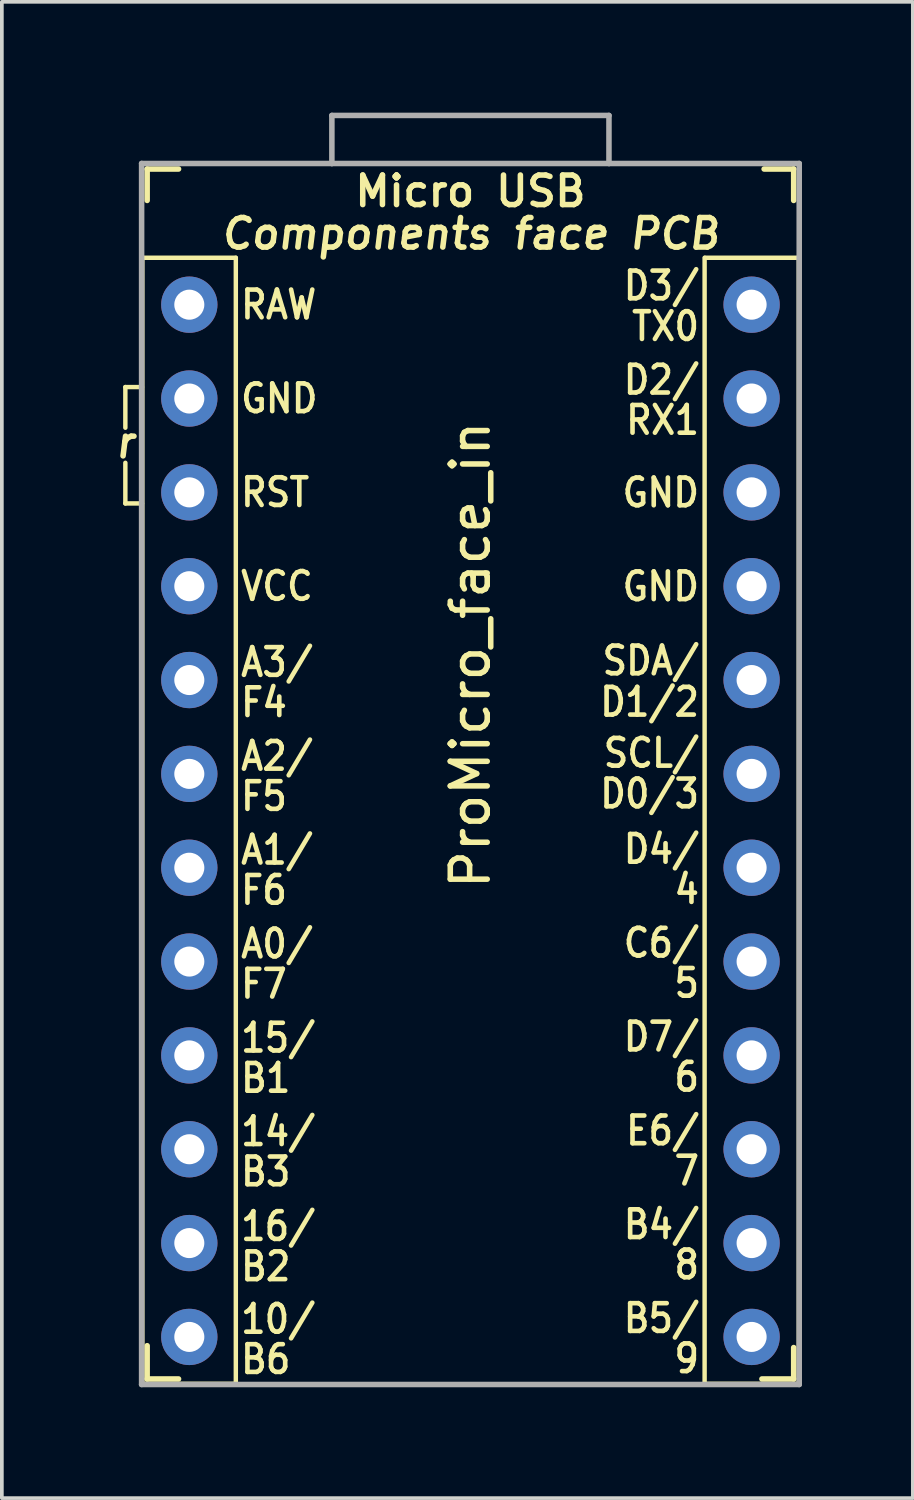
<source format=kicad_pcb>
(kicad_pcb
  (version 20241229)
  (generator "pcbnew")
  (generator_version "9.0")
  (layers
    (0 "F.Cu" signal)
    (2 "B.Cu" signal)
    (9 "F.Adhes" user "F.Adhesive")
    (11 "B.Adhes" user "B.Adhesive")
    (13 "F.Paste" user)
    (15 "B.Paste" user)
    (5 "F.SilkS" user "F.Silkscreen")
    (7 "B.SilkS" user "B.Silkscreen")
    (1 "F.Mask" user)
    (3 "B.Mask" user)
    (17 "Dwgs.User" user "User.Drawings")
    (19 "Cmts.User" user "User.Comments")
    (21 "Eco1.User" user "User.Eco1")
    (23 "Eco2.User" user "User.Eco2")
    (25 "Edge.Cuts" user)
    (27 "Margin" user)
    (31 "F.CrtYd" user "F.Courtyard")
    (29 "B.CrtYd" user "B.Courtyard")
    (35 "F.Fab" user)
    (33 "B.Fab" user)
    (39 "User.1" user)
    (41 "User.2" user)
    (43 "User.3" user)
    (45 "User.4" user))
  (footprint "ProMicro_face_in"
    (layer "F.Cu")
    (at 9.683 19.675)
    (property "Reference" "ProMicro_face_in" (at 0 -5 90) (layer "F.SilkS") (effects (font (size 1 1) (thickness 0.15))))
    (fp_line (start -9.34 -12.248) (end -9.34 -11.148) (stroke (width 0.12) (type solid)) (layer "F.SilkS"))
    (fp_line (start -9.34 -12.248) (end -8.89 -12.248) (stroke (width 0.12) (type solid)) (layer "F.SilkS"))
    (fp_line (start -9.34 -9.098) (end -9.34 -10.198) (stroke (width 0.12) (type solid)) (layer "F.SilkS"))
    (fp_line (start -8.89 -15.748) (end -6.35 -15.748) (stroke (width 0.12) (type solid)) (layer "F.SilkS"))
    (fp_line (start -8.89 -9.098) (end -9.34 -9.098) (stroke (width 0.12) (type solid)) (layer "F.SilkS"))
    (fp_line (start -8.89 14.732) (end -6.35 14.732) (stroke (width 0.12) (type solid)) (layer "F.SilkS"))
    (fp_line (start -8.881 -15.748) (end -8.881 14.732) (stroke (width 0.12) (type solid)) (layer "F.SilkS"))
    (fp_line (start -8.75 -18.15) (end -8.75 -17.3) (stroke (width 0.15) (type solid)) (layer "F.SilkS"))
    (fp_line (start -8.75 -18.15) (end -7.9 -18.15) (stroke (width 0.15) (type solid)) (layer "F.SilkS"))
    (fp_line (start -8.75 13.7) (end -8.75 14.6) (stroke (width 0.15) (type solid)) (layer "F.SilkS"))
    (fp_line (start -8.75 14.6) (end -7.9 14.6) (stroke (width 0.15) (type solid)) (layer "F.SilkS"))
    (fp_line (start -6.35 -15.748) (end -6.35 14.732) (stroke (width 0.12) (type solid)) (layer "F.SilkS"))
    (fp_line (start 6.339 -15.748) (end 6.339 14.732) (stroke (width 0.12) (type solid)) (layer "F.SilkS"))
    (fp_line (start 6.35 -15.748) (end 8.89 -15.748) (stroke (width 0.12) (type solid)) (layer "F.SilkS"))
    (fp_line (start 6.35 14.732) (end 8.89 14.732) (stroke (width 0.12) (type solid)) (layer "F.SilkS"))
    (fp_line (start 8.75 -18.15) (end 7.95 -18.15) (stroke (width 0.15) (type solid)) (layer "F.SilkS"))
    (fp_line (start 8.75 -18.15) (end 8.75 -17.3) (stroke (width 0.15) (type solid)) (layer "F.SilkS"))
    (fp_line (start 8.75 13.75) (end 8.75 14.6) (stroke (width 0.15) (type solid)) (layer "F.SilkS"))
    (fp_line (start 8.75 14.6) (end 7.89 14.6) (stroke (width 0.15) (type solid)) (layer "F.SilkS"))
    (fp_line (start 8.89 -15.748) (end 8.89 14.732) (stroke (width 0.12) (type solid)) (layer "F.SilkS"))
    (fp_line (start -8.9 -18.3) (end -3.75 -18.3) (stroke (width 0.15) (type solid)) (layer "F.Fab"))
    (fp_line (start -8.9 14.75) (end -8.9 -18.3) (stroke (width 0.15) (type solid)) (layer "F.Fab"))
    (fp_line (start -3.75 -19.6) (end -3.75 -18.299) (stroke (width 0.15) (type solid)) (layer "F.Fab"))
    (fp_line (start -3.75 -19.6) (end 3.75 -19.6) (stroke (width 0.15) (type solid)) (layer "F.Fab"))
    (fp_line (start -3.75 -18.3) (end 3.75 -18.3) (stroke (width 0.15) (type solid)) (layer "F.Fab"))
    (fp_line (start 3.75 -19.6) (end 3.75 -18.3) (stroke (width 0.15) (type solid)) (layer "F.Fab"))
    (fp_line (start 3.76 -18.3) (end 8.9 -18.3) (stroke (width 0.15) (type solid)) (layer "F.Fab"))
    (fp_line (start 8.9 -18.3) (end 8.9 14.75) (stroke (width 0.15) (type solid)) (layer "F.Fab"))
    (fp_line (start 8.9 14.75) (end -8.9 14.75) (stroke (width 0.15) (type solid)) (layer "F.Fab"))
    (fp_text user "B1" (at -4.804 6.456 0) (unlocked yes) (layer "F.SilkS") (effects (font (size 0.75 0.67) (thickness 0.125)) (justify right)))
    (fp_text user "15/" (at -4.134 5.368 0) (unlocked yes) (layer "F.SilkS") (effects (font (size 0.75 0.67) (thickness 0.125)) (justify right)))
    (fp_text user "A2/" (at -4.198 -2.26 0) (unlocked yes) (layer "F.SilkS") (effects (font (size 0.75 0.67) (thickness 0.125)) (justify right)))
    (fp_text user "C6/" (at 4.082 2.798 0) (unlocked yes) (layer "F.SilkS") (effects (font (size 0.75 0.67) (thickness 0.125)) (justify left)))
    (fp_text user "B3" (at -4.804 8.988 0) (unlocked yes) (layer "F.SilkS") (effects (font (size 0.75 0.67) (thickness 0.125)) (justify right)))
    (fp_text user "TX0" (at 4.305 -13.892 0) (unlocked yes) (layer "F.SilkS") (effects (font (size 0.75 0.67) (thickness 0.125)) (justify left)))
    (fp_text user "B6" (at -4.804 14.068 0) (unlocked yes) (layer "F.SilkS") (effects (font (size 0.75 0.67) (thickness 0.125)) (justify right)))
    (fp_text user "D7/" (at 4.082 5.338 0) (unlocked yes) (layer "F.SilkS") (effects (font (size 0.75 0.67) (thickness 0.125)) (justify left)))
    (fp_text user "SDA/" (at 3.508 -4.842 0) (unlocked yes) (layer "F.SilkS") (effects (font (size 0.75 0.67) (thickness 0.125)) (justify left)))
    (fp_text user "F6" (at -4.9 1.368 0) (unlocked yes) (layer "F.SilkS") (effects (font (size 0.75 0.67) (thickness 0.125)) (justify right)))
    (fp_text user "F5" (at -4.9 -1.172 0) (unlocked yes) (layer "F.SilkS") (effects (font (size 0.75 0.67) (thickness 0.125)) (justify right)))
    (fp_text user "RX1" (at 4.146 -11.354 0) (unlocked yes) (layer "F.SilkS") (effects (font (size 0.75 0.67) (thickness 0.125)) (justify left)))
    (fp_text user "D1/2" (at 3.444 -3.724 0) (unlocked yes) (layer "F.SilkS") (effects (font (size 0.75 0.67) (thickness 0.125)) (justify left)))
    (fp_text user "A0/" (at -4.198 2.82 0) (unlocked yes) (layer "F.SilkS") (effects (font (size 0.75 0.67) (thickness 0.125)) (justify right)))
    (fp_text user "16/" (at -4.134 10.468 0) (unlocked yes) (layer "F.SilkS") (effects (font (size 0.75 0.67) (thickness 0.125)) (justify right)))
    (fp_text user "r" (at -9.34 -10.748 0) (unlocked yes) (layer "F.SilkS") (effects (font (size 0.8 0.8) (thickness 0.15) (italic yes))))
    (fp_text user "GND" (at 4.05 -6.85 0) (unlocked yes) (layer "F.SilkS") (effects (font (size 0.75 0.67) (thickness 0.125)) (justify left)))
    (fp_text user "B5/" (at 4.082 12.958 0) (unlocked yes) (layer "F.SilkS") (effects (font (size 0.75 0.67) (thickness 0.125)) (justify left)))
    (fp_text user "B4/" (at 4.082 10.418 0) (unlocked yes) (layer "F.SilkS") (effects (font (size 0.75 0.67) (thickness 0.125)) (justify left)))
    (fp_text user "A3/" (at -4.198 -4.8 0) (unlocked yes) (layer "F.SilkS") (effects (font (size 0.75 0.67) (thickness 0.125)) (justify right)))
    (fp_text user "GND" (at -4.07 -11.938 0) (unlocked yes) (layer "F.SilkS") (effects (font (size 0.75 0.67) (thickness 0.125)) (justify right)))
    (fp_text user "F7" (at -4.9 3.908 0) (unlocked yes) (layer "F.SilkS") (effects (font (size 0.75 0.67) (thickness 0.125)) (justify right)))
    (fp_text user "6" (at 5.454 6.426 0) (unlocked yes) (layer "F.SilkS") (effects (font (size 0.75 0.67) (thickness 0.125)) (justify left)))
    (fp_text user "D4/" (at 4.082 0.258 0) (unlocked yes) (layer "F.SilkS") (effects (font (size 0.75 0.67) (thickness 0.125)) (justify left)))
    (fp_text user "Micro USB" (at 0 -17.55 0) (unlocked yes) (layer "F.SilkS") (effects (font (size 0.8 0.8) (thickness 0.15))))
    (fp_text user "8" (at 5.454 11.506 0) (unlocked yes) (layer "F.SilkS") (effects (font (size 0.75 0.67) (thickness 0.125)) (justify left)))
    (fp_text user "SCL/" (at 3.54 -2.342 0) (unlocked yes) (layer "F.SilkS") (effects (font (size 0.75 0.67) (thickness 0.125)) (justify left)))
    (fp_text user "5" (at 5.454 3.886 0) (unlocked yes) (layer "F.SilkS") (effects (font (size 0.75 0.67) (thickness 0.125)) (justify left)))
    (fp_text user "D0/3" (at 3.444 -1.242 0) (unlocked yes) (layer "F.SilkS") (effects (font (size 0.75 0.67) (thickness 0.125)) (justify left)))
    (fp_text user "4" (at 5.454 1.346 0) (unlocked yes) (layer "F.SilkS") (effects (font (size 0.75 0.67) (thickness 0.125)) (justify left)))
    (fp_text user "D2/" (at 4.082 -12.442 0) (unlocked yes) (layer "F.SilkS") (effects (font (size 0.75 0.67) (thickness 0.125)) (justify left)))
    (fp_text user "F4" (at -4.9 -3.712 0) (unlocked yes) (layer "F.SilkS") (effects (font (size 0.75 0.67) (thickness 0.125)) (justify right)))
    (fp_text user "VCC" (at -4.198 -6.858 0) (unlocked yes) (layer "F.SilkS") (effects (font (size 0.75 0.67) (thickness 0.125)) (justify right)))
    (fp_text user "B2" (at -4.804 11.556 0) (unlocked yes) (layer "F.SilkS") (effects (font (size 0.75 0.67) (thickness 0.125)) (justify right)))
    (fp_text user "D3/" (at 4.082 -14.992 0) (unlocked yes) (layer "F.SilkS") (effects (font (size 0.75 0.67) (thickness 0.125)) (justify left)))
    (fp_text user "10/" (at -4.134 12.98 0) (unlocked yes) (layer "F.SilkS") (effects (font (size 0.75 0.67) (thickness 0.125)) (justify right)))
    (fp_text user "9" (at 5.454 14.046 0) (unlocked yes) (layer "F.SilkS") (effects (font (size 0.75 0.67) (thickness 0.125)) (justify left)))
    (fp_text user "14/" (at -4.134 7.9 0) (unlocked yes) (layer "F.SilkS") (effects (font (size 0.75 0.67) (thickness 0.125)) (justify right)))
    (fp_text user "GND" (at 4.05 -9.39 0) (unlocked yes) (layer "F.SilkS") (effects (font (size 0.75 0.67) (thickness 0.125)) (justify left)))
    (fp_text user "Components face PCB" (at 0 -16.4 0) (unlocked yes) (layer "F.SilkS") (effects (font (size 0.8 0.8) (thickness 0.15) (italic yes))))
    (fp_text user "7" (at 5.454 8.966 0) (unlocked yes) (layer "F.SilkS") (effects (font (size 0.75 0.67) (thickness 0.125)) (justify left)))
    (fp_text user "A1/" (at -4.198 0.28 0) (unlocked yes) (layer "F.SilkS") (effects (font (size 0.75 0.67) (thickness 0.125)) (justify right)))
    (fp_text user "E6/" (at 4.146 7.878 0) (unlocked yes) (layer "F.SilkS") (effects (font (size 0.75 0.67) (thickness 0.125)) (justify left)))
    (fp_text user "RAW" (at -4.102 -14.478 0) (unlocked yes) (layer "F.SilkS") (effects (font (size 0.75 0.67) (thickness 0.125)) (justify right)))
    (fp_text user "RST" (at -4.294 -9.398 0) (unlocked yes) (layer "F.SilkS") (effects (font (size 0.75 0.67) (thickness 0.125)) (justify right)))
    (pad "1" thru_hole circle (at 7.611 -14.478) (size 1.524 1.524) (drill 0.813) (layers "*.Cu" "*.Mask"))
    (pad "2" thru_hole circle (at 7.611 -11.938) (size 1.524 1.524) (drill 0.813) (layers "*.Cu" "*.Mask"))
    (pad "3" thru_hole circle (at 7.611 -9.398) (size 1.524 1.524) (drill 0.813) (layers "*.Cu" "*.Mask"))
    (pad "4" thru_hole circle (at 7.611 -6.858) (size 1.524 1.524) (drill 0.813) (layers "*.Cu" "*.Mask"))
    (pad "5" thru_hole circle (at 7.611 -4.318) (size 1.524 1.524) (drill 0.813) (layers "*.Cu" "*.Mask"))
    (pad "6" thru_hole circle (at 7.611 -1.778) (size 1.524 1.524) (drill 0.813) (layers "*.Cu" "*.Mask"))
    (pad "7" thru_hole circle (at 7.611 0.762) (size 1.524 1.524) (drill 0.813) (layers "*.Cu" "*.Mask"))
    (pad "8" thru_hole circle (at 7.611 3.302) (size 1.524 1.524) (drill 0.813) (layers "*.Cu" "*.Mask"))
    (pad "9" thru_hole circle (at 7.611 5.842) (size 1.524 1.524) (drill 0.813) (layers "*.Cu" "*.Mask"))
    (pad "10" thru_hole circle (at 7.611 8.382) (size 1.524 1.524) (drill 0.813) (layers "*.Cu" "*.Mask"))
    (pad "11" thru_hole circle (at 7.611 10.922) (size 1.524 1.524) (drill 0.813) (layers "*.Cu" "*.Mask"))
    (pad "12" thru_hole circle (at 7.611 13.462) (size 1.524 1.524) (drill 0.813) (layers "*.Cu" "*.Mask"))
    (pad "13" thru_hole circle (at -7.609 13.462) (size 1.524 1.524) (drill 0.813) (layers "*.Cu" "*.Mask"))
    (pad "14" thru_hole circle (at -7.609 10.922) (size 1.524 1.524) (drill 0.813) (layers "*.Cu" "*.Mask"))
    (pad "15" thru_hole circle (at -7.609 8.382) (size 1.524 1.524) (drill 0.813) (layers "*.Cu" "*.Mask"))
    (pad "16" thru_hole circle (at -7.609 5.842) (size 1.524 1.524) (drill 0.813) (layers "*.Cu" "*.Mask"))
    (pad "17" thru_hole circle (at -7.609 3.302) (size 1.524 1.524) (drill 0.813) (layers "*.Cu" "*.Mask"))
    (pad "18" thru_hole circle (at -7.609 0.762) (size 1.524 1.524) (drill 0.813) (layers "*.Cu" "*.Mask"))
    (pad "19" thru_hole circle (at -7.609 -1.778) (size 1.524 1.524) (drill 0.813) (layers "*.Cu" "*.Mask"))
    (pad "20" thru_hole circle (at -7.609 -4.318) (size 1.524 1.524) (drill 0.813) (layers "*.Cu" "*.Mask"))
    (pad "21" thru_hole circle (at -7.609 -6.858) (size 1.524 1.524) (drill 0.813) (layers "*.Cu" "*.Mask"))
    (pad "22" thru_hole circle (at -7.609 -9.398) (size 1.524 1.524) (drill 0.813) (layers "*.Cu" "*.Mask"))
    (pad "23" thru_hole circle (at -7.609 -11.938) (size 1.524 1.524) (drill 0.813) (layers "*.Cu" "*.Mask"))
    (pad "24" thru_hole circle (at -7.609 -14.478) (size 1.524 1.524) (drill 0.813) (layers "*.Cu" "*.Mask")))
  (gr_rect
    (start -3 -3)
    (end 21.658 37.5)
    (stroke (width 0.1) (type default))
    (fill no)
    (layer "Edge.Cuts")))
</source>
